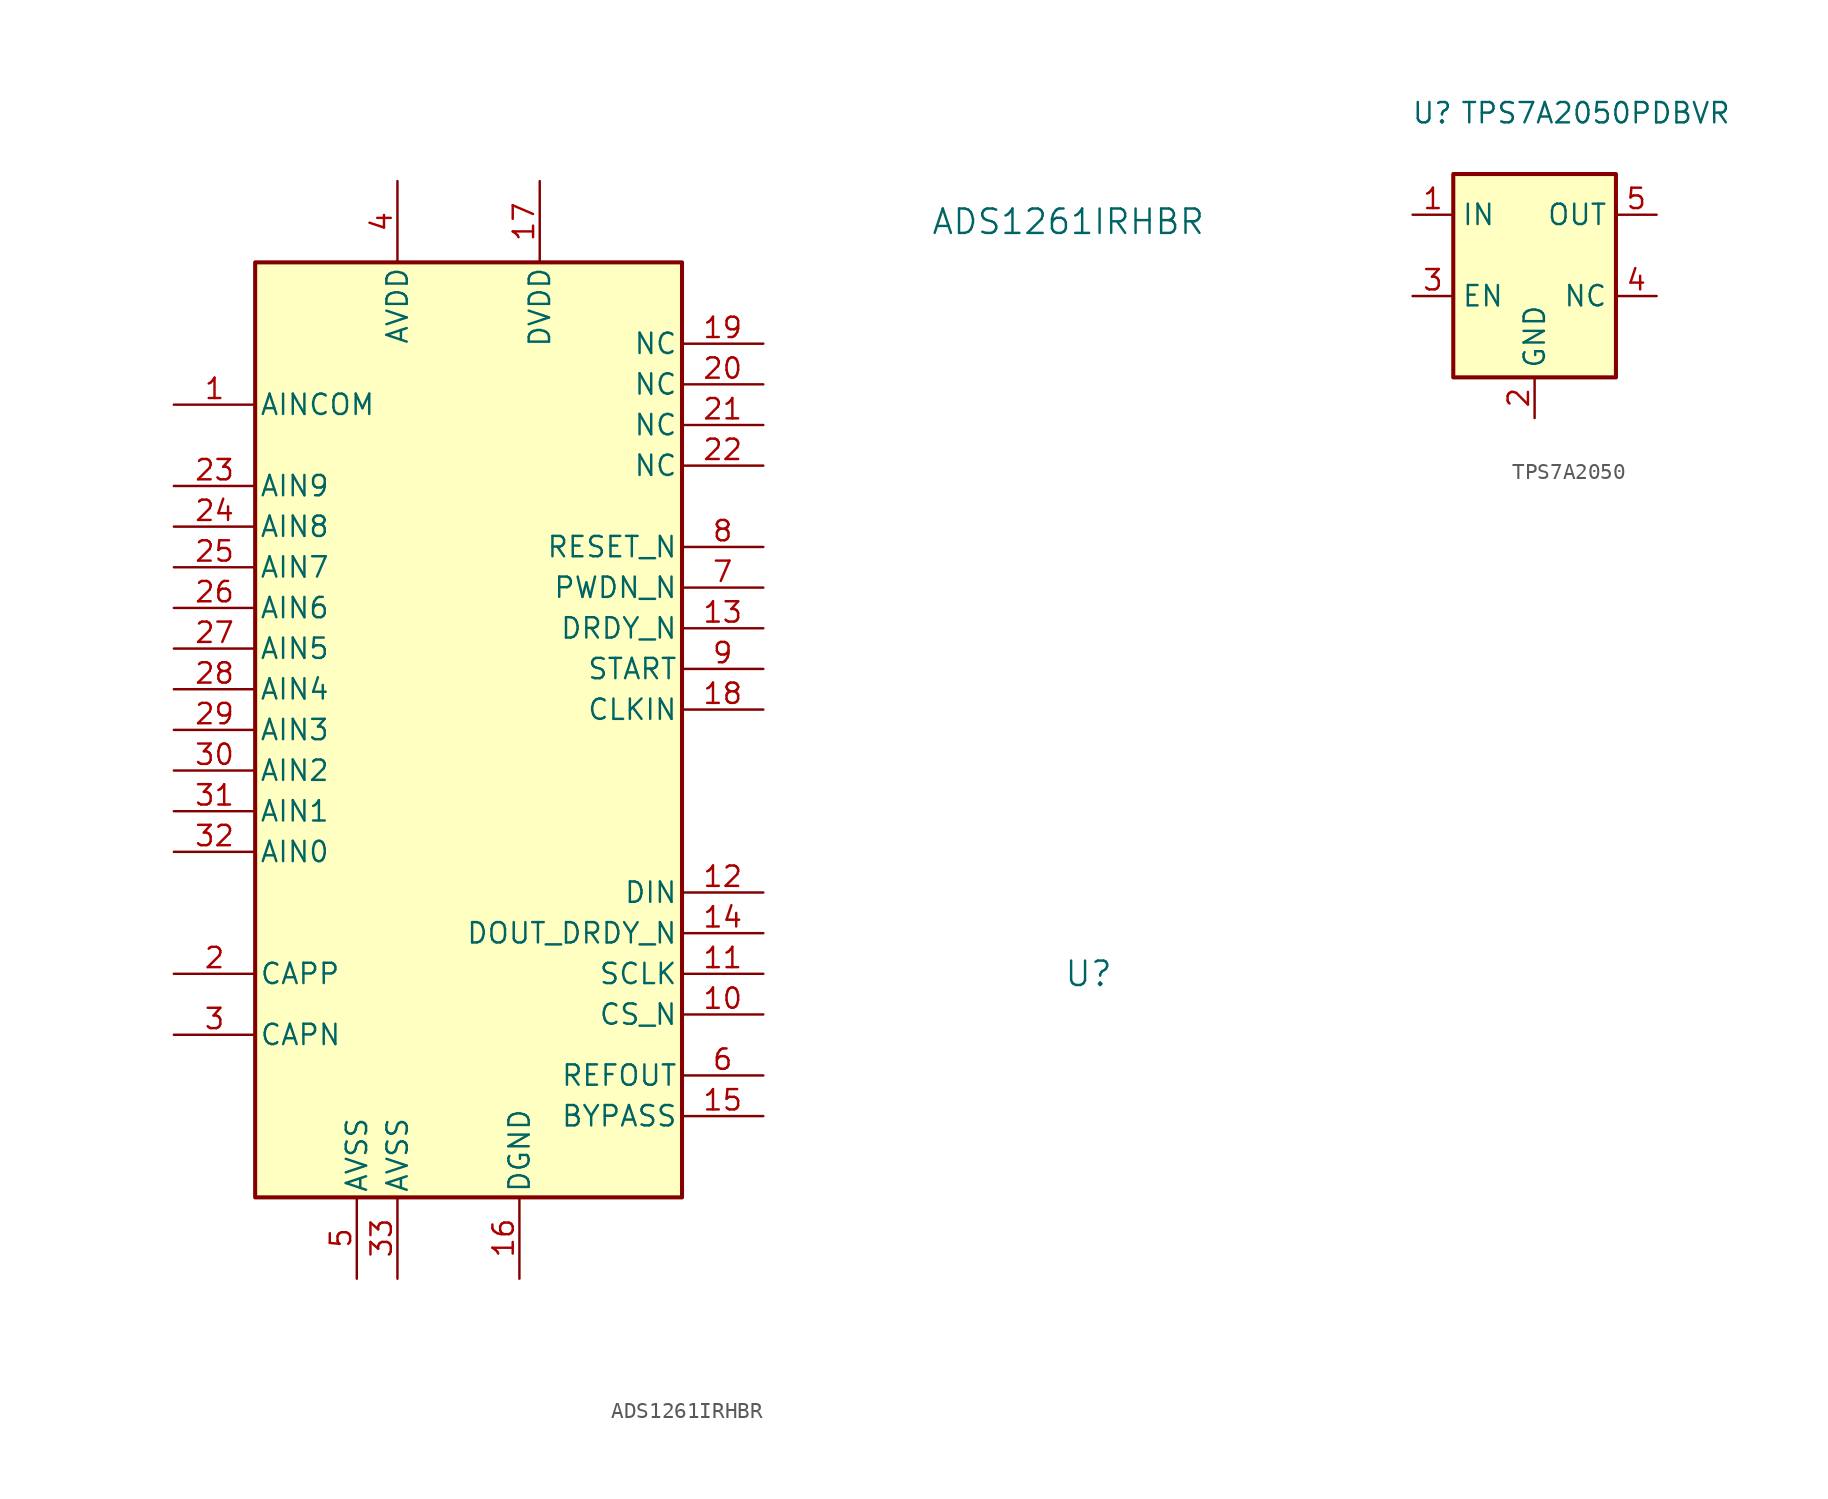
<source format=kicad_sym>
(kicad_symbol_lib
  (version 20220914)
  (generator kicad_symbol_editor)
  (symbol "ADS1261IRHBR"
    (pin_names
      (offset 0.254))
    (property "Reference" "U"
      (at 43.18 11.43 0)
      (effects (font (size 1.524 1.524))))
    (property "Value" "ADS1261IRHBR"
      (at 41.91 58.42 0)
      (effects (font (size 1.524 1.524))))
    (property "ki_locked" ""
      (at 0 0 0)
      (effects (font (size 1.27 1.27))))
    (symbol "ADS1261IRHBR_0_1"
      (pin input line (at -13.97 46.99 0) (length 5.08) (name "AINCOM" (effects (font (size 1.27 1.27)))) (number "1" (effects (font (size 1.27 1.27)))))
      (pin input line (at 22.86 8.89 180) (length 5.08) (name "CS_N" (effects (font (size 1.27 1.27)))) (number "10" (effects (font (size 1.27 1.27)))))
      (pin input line (at 22.86 11.43 180) (length 5.08) (name "SCLK" (effects (font (size 1.27 1.27)))) (number "11" (effects (font (size 1.27 1.27)))))
      (pin input line (at 22.86 16.51 180) (length 5.08) (name "DIN" (effects (font (size 1.27 1.27)))) (number "12" (effects (font (size 1.27 1.27)))))
      (pin output line (at 22.86 33.02 180) (length 5.08) (name "DRDY_N" (effects (font (size 1.27 1.27)))) (number "13" (effects (font (size 1.27 1.27)))))
      (pin output line (at 22.86 13.97 180) (length 5.08) (name "DOUT_DRDY_N" (effects (font (size 1.27 1.27)))) (number "14" (effects (font (size 1.27 1.27)))))
      (pin power_in line (at 7.62 -7.62 90) (length 5.08) (name "DGND" (effects (font (size 1.27 1.27)))) (number "16" (effects (font (size 1.27 1.27)))))
      (pin power_in line (at 8.89 60.96 270) (length 5.08) (name "DVDD" (effects (font (size 1.27 1.27)))) (number "17" (effects (font (size 1.27 1.27)))))
      (pin input line (at 22.86 27.94 180) (length 5.08) (name "CLKIN" (effects (font (size 1.27 1.27)))) (number "18" (effects (font (size 1.27 1.27)))))
      (pin unspecified line (at 22.86 50.8 180) (length 5.08) (name "NC" (effects (font (size 1.27 1.27)))) (number "19" (effects (font (size 1.27 1.27)))))
      (pin unspecified line (at 22.86 48.26 180) (length 5.08) (name "NC" (effects (font (size 1.27 1.27)))) (number "20" (effects (font (size 1.27 1.27)))))
      (pin unspecified line (at 22.86 45.72 180) (length 5.08) (name "NC" (effects (font (size 1.27 1.27)))) (number "21" (effects (font (size 1.27 1.27)))))
      (pin unspecified line (at 22.86 43.18 180) (length 5.08) (name "NC" (effects (font (size 1.27 1.27)))) (number "22" (effects (font (size 1.27 1.27)))))
      (pin input line (at -13.97 41.91 0) (length 5.08) (name "AIN9" (effects (font (size 1.27 1.27)))) (number "23" (effects (font (size 1.27 1.27)))))
      (pin input line (at -13.97 39.37 0) (length 5.08) (name "AIN8" (effects (font (size 1.27 1.27)))) (number "24" (effects (font (size 1.27 1.27)))))
      (pin input line (at -13.97 36.83 0) (length 5.08) (name "AIN7" (effects (font (size 1.27 1.27)))) (number "25" (effects (font (size 1.27 1.27)))))
      (pin input line (at -13.97 34.29 0) (length 5.08) (name "AIN6" (effects (font (size 1.27 1.27)))) (number "26" (effects (font (size 1.27 1.27)))))
      (pin input line (at -13.97 31.75 0) (length 5.08) (name "AIN5" (effects (font (size 1.27 1.27)))) (number "27" (effects (font (size 1.27 1.27)))))
      (pin input line (at -13.97 29.21 0) (length 5.08) (name "AIN4" (effects (font (size 1.27 1.27)))) (number "28" (effects (font (size 1.27 1.27)))))
      (pin input line (at -13.97 26.67 0) (length 5.08) (name "AIN3" (effects (font (size 1.27 1.27)))) (number "29" (effects (font (size 1.27 1.27)))))
      (pin input line (at -13.97 24.13 0) (length 5.08) (name "AIN2" (effects (font (size 1.27 1.27)))) (number "30" (effects (font (size 1.27 1.27)))))
      (pin input line (at -13.97 21.59 0) (length 5.08) (name "AIN1" (effects (font (size 1.27 1.27)))) (number "31" (effects (font (size 1.27 1.27)))))
      (pin input line (at -13.97 19.05 0) (length 5.08) (name "AIN0" (effects (font (size 1.27 1.27)))) (number "32" (effects (font (size 1.27 1.27)))))
      (pin power_in line (at 0 -7.62 90) (length 5.08) (name "AVSS" (effects (font (size 1.27 1.27)))) (number "33" (effects (font (size 1.27 1.27)))))
      (pin power_in line (at 0 60.96 270) (length 5.08) (name "AVDD" (effects (font (size 1.27 1.27)))) (number "4" (effects (font (size 1.27 1.27)))))
      (pin power_in line (at -2.54 -7.62 90) (length 5.08) (name "AVSS" (effects (font (size 1.27 1.27)))) (number "5" (effects (font (size 1.27 1.27)))))
      (pin output line (at 22.86 5.08 180) (length 5.08) (name "REFOUT" (effects (font (size 1.27 1.27)))) (number "6" (effects (font (size 1.27 1.27)))))
      (pin input line (at 22.86 35.56 180) (length 5.08) (name "PWDN_N" (effects (font (size 1.27 1.27)))) (number "7" (effects (font (size 1.27 1.27)))))
      (pin input line (at 22.86 38.1 180) (length 5.08) (name "RESET_N" (effects (font (size 1.27 1.27)))) (number "8" (effects (font (size 1.27 1.27)))))
      (pin input line (at 22.86 30.48 180) (length 5.08) (name "START" (effects (font (size 1.27 1.27)))) (number "9" (effects (font (size 1.27 1.27))))))
    (symbol "ADS1261IRHBR_1_1"
      (rectangle (start -8.89 55.88) (end 17.78 -2.54) (stroke (width 0.254) (type default)) (fill (type background)))
      (pin passive line (at 22.86 2.54 180) (length 5.08) (name "BYPASS" (effects (font (size 1.27 1.27)))) (number "15" (effects (font (size 1.27 1.27)))))
      (pin passive line (at -13.97 11.43 0) (length 5.08) (name "CAPP" (effects (font (size 1.27 1.27)))) (number "2" (effects (font (size 1.27 1.27)))))
      (pin passive line (at -13.97 7.62 0) (length 5.08) (name "CAPN" (effects (font (size 1.27 1.27)))) (number "3" (effects (font (size 1.27 1.27)))))))
  (symbol "TPS7A2050"
    (property "Reference" "U"
      (at -5.08 8.89 0)
      (effects (font (size 1.27 1.27)) (justify right)))
    (property "Value" "TPS7A2050PDBVR"
      (at 3.81 8.89 0)
      (effects (font (size 1.27 1.27))))
    (symbol "TPS7A2050_0_1"
      (rectangle (start -5.08 5.08) (end 5.08 -7.62) (stroke (width 0.254) (type default)) (fill (type background))))
    (symbol "TPS7A2050_1_1"
      (pin power_in line (at -7.62 2.54 0) (length 2.54) (name "IN" (effects (font (size 1.27 1.27)))) (number "1" (effects (font (size 1.27 1.27)))))
      (pin power_in line (at 0 -10.16 90) (length 2.54) (name "GND" (effects (font (size 1.27 1.27)))) (number "2" (effects (font (size 1.27 1.27)))))
      (pin input line (at -7.62 -2.54 0) (length 2.54) (name "EN" (effects (font (size 1.27 1.27)))) (number "3" (effects (font (size 1.27 1.27)))))
      (pin passive line (at 7.62 -2.54 180) (length 2.54) (name "NC" (effects (font (size 1.27 1.27)))) (number "4" (effects (font (size 1.27 1.27)))))
      (pin power_out line (at 7.62 2.54 180) (length 2.54) (name "OUT" (effects (font (size 1.27 1.27)))) (number "5" (effects (font (size 1.27 1.27))))))))
</source>
